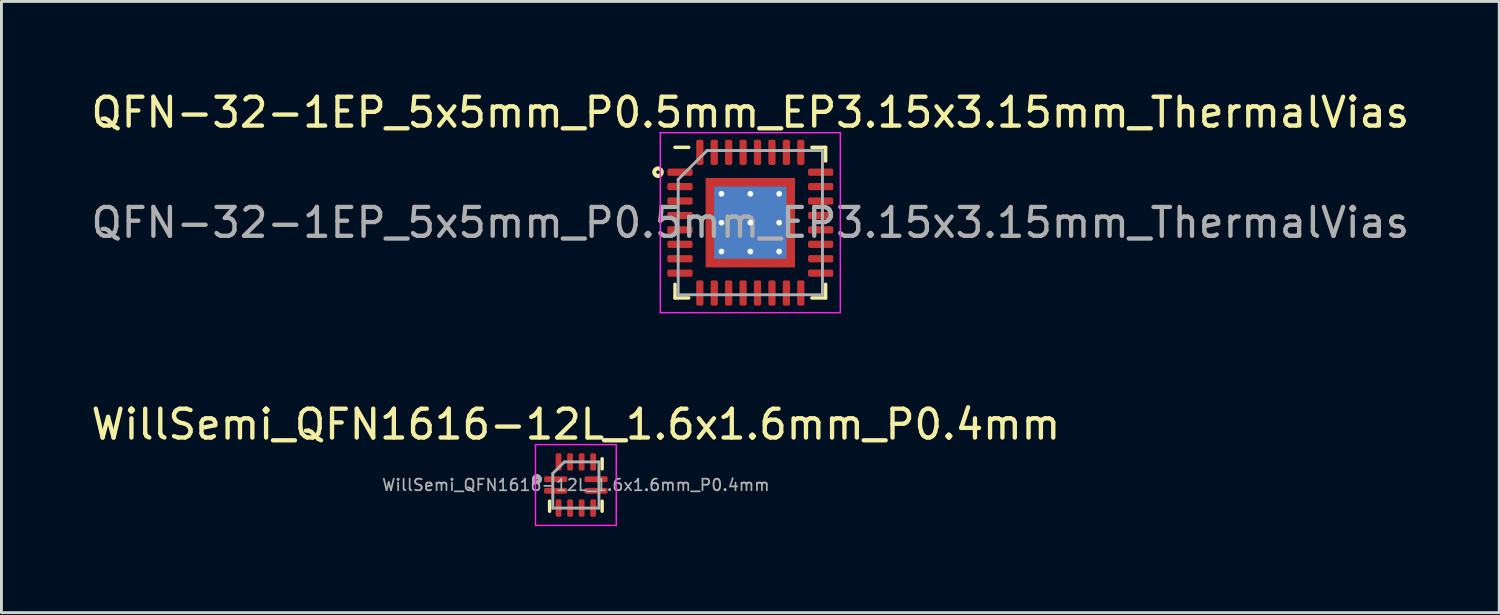
<source format=kicad_pcb>
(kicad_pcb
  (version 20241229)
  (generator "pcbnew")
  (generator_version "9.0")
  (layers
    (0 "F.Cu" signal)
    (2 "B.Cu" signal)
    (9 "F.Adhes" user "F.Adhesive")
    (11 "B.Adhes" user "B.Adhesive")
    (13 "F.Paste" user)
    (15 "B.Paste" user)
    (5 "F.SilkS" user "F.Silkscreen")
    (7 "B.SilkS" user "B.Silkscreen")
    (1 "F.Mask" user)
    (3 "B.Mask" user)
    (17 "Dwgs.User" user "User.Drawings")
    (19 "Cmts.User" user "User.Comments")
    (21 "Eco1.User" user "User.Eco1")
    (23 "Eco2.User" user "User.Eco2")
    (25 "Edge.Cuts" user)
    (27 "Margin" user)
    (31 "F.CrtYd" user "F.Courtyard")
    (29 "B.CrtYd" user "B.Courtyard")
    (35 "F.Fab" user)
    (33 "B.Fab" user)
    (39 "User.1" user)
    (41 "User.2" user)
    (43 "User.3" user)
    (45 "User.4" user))
  (footprint "QFN-32-1EP_5x5mm_P0.5mm_EP3.15x3.15mm_ThermalVias"
    (layer "F.Cu")
    (at 22.958 4.668)
    (property "Reference" "QFN-32-1EP_5x5mm_P0.5mm_EP3.15x3.15mm_ThermalVias" (at 0 -3.82 0) (layer "F.SilkS") (effects (font (size 1 1) (thickness 0.15))))
    (attr smd)
    (fp_line (start -2.61 2.61) (end -2.61 2.135) (stroke (width 0.12) (type solid)) (layer "F.SilkS"))
    (fp_line (start -2.135 -2.61) (end -2.61 -2.61) (stroke (width 0.12) (type solid)) (layer "F.SilkS"))
    (fp_line (start -2.135 2.61) (end -2.61 2.61) (stroke (width 0.12) (type solid)) (layer "F.SilkS"))
    (fp_line (start 2.135 -2.61) (end 2.61 -2.61) (stroke (width 0.12) (type solid)) (layer "F.SilkS"))
    (fp_line (start 2.135 2.61) (end 2.61 2.61) (stroke (width 0.12) (type solid)) (layer "F.SilkS"))
    (fp_line (start 2.61 -2.61) (end 2.61 -2.135) (stroke (width 0.12) (type solid)) (layer "F.SilkS"))
    (fp_line (start 2.61 2.61) (end 2.61 2.135) (stroke (width 0.12) (type solid)) (layer "F.SilkS"))
    (fp_circle (center -3.2 -1.75) (end -3.14 -1.75) (stroke (width 0.14) (type solid)) (fill no) (layer "F.SilkS"))
    (fp_line (start -3.12 -3.12) (end -3.12 3.12) (stroke (width 0.05) (type solid)) (layer "F.CrtYd"))
    (fp_line (start -3.12 3.12) (end 3.12 3.12) (stroke (width 0.05) (type solid)) (layer "F.CrtYd"))
    (fp_line (start 3.12 -3.12) (end -3.12 -3.12) (stroke (width 0.05) (type solid)) (layer "F.CrtYd"))
    (fp_line (start 3.12 3.12) (end 3.12 -3.12) (stroke (width 0.05) (type solid)) (layer "F.CrtYd"))
    (fp_line (start -2.5 -1.5) (end -1.5 -2.5) (stroke (width 0.1) (type solid)) (layer "F.Fab"))
    (fp_line (start -2.5 2.5) (end -2.5 -1.5) (stroke (width 0.1) (type solid)) (layer "F.Fab"))
    (fp_line (start -1.5 -2.5) (end 2.5 -2.5) (stroke (width 0.1) (type solid)) (layer "F.Fab"))
    (fp_line (start 2.5 -2.5) (end 2.5 2.5) (stroke (width 0.1) (type solid)) (layer "F.Fab"))
    (fp_line (start 2.5 2.5) (end -2.5 2.5) (stroke (width 0.1) (type solid)) (layer "F.Fab"))
    (fp_text user "${REFERENCE}" (at 0 0 0) (layer "F.Fab") (effects (font (size 1 1) (thickness 0.15))))
    (pad "" smd custom (at -1.275 -1.275) (size 0.319 0.319) (layers "F.Paste") (options (anchor circle)) (primitives (gr_poly (pts (xy -0.111 -0.111) (xy 0.111 -0.111) (xy 0.111 -0.000473) (xy -0.000473 0.111) (xy -0.111 0.111)) (width 0.222) (fill yes))))
    (pad "" smd custom (at -1.275 -0.5) (size 0.35 0.35) (layers "F.Paste") (options (anchor circle)) (primitives (gr_poly (pts (xy -0.128 -0.309) (xy 0.05 -0.309) (xy 0.128 -0.232) (xy 0.128 0.232) (xy 0.05 0.309) (xy -0.128 0.309)) (width 0.188) (fill yes))))
    (pad "" smd custom (at -1.275 0.5) (size 0.35 0.35) (layers "F.Paste") (options (anchor circle)) (primitives (gr_poly (pts (xy -0.128 -0.309) (xy 0.05 -0.309) (xy 0.128 -0.232) (xy 0.128 0.232) (xy 0.05 0.309) (xy -0.128 0.309)) (width 0.188) (fill yes))))
    (pad "" smd custom (at -1.275 1.275) (size 0.319 0.319) (layers "F.Paste") (options (anchor circle)) (primitives (gr_poly (pts (xy -0.111 -0.111) (xy -0.000473 -0.111) (xy 0.111 0.000473) (xy 0.111 0.111) (xy -0.111 0.111)) (width 0.222) (fill yes))))
    (pad "" smd custom (at -0.5 -1.275) (size 0.35 0.35) (layers "F.Paste") (options (anchor circle)) (primitives (gr_poly (pts (xy -0.309 -0.128) (xy 0.309 -0.128) (xy 0.309 0.05) (xy 0.232 0.128) (xy -0.232 0.128) (xy -0.309 0.05)) (width 0.188) (fill yes))))
    (pad "" smd roundrect (at -0.5 -0.5) (size 0.806 0.806) (layers "F.Paste") (roundrect_rratio 0.25))
    (pad "" smd roundrect (at -0.5 0.5) (size 0.806 0.806) (layers "F.Paste") (roundrect_rratio 0.25))
    (pad "" smd custom (at -0.5 1.275) (size 0.35 0.35) (layers "F.Paste") (options (anchor circle)) (primitives (gr_poly (pts (xy -0.309 -0.05) (xy -0.232 -0.128) (xy 0.232 -0.128) (xy 0.309 -0.05) (xy 0.309 0.128) (xy -0.309 0.128)) (width 0.188) (fill yes))))
    (pad "" smd custom (at 0.5 -1.275) (size 0.35 0.35) (layers "F.Paste") (options (anchor circle)) (primitives (gr_poly (pts (xy -0.309 -0.128) (xy 0.309 -0.128) (xy 0.309 0.05) (xy 0.232 0.128) (xy -0.232 0.128) (xy -0.309 0.05)) (width 0.188) (fill yes))))
    (pad "" smd roundrect (at 0.5 -0.5) (size 0.806 0.806) (layers "F.Paste") (roundrect_rratio 0.25))
    (pad "" smd roundrect (at 0.5 0.5) (size 0.806 0.806) (layers "F.Paste") (roundrect_rratio 0.25))
    (pad "" smd custom (at 0.5 1.275) (size 0.35 0.35) (layers "F.Paste") (options (anchor circle)) (primitives (gr_poly (pts (xy -0.309 -0.05) (xy -0.232 -0.128) (xy 0.232 -0.128) (xy 0.309 -0.05) (xy 0.309 0.128) (xy -0.309 0.128)) (width 0.188) (fill yes))))
    (pad "" smd custom (at 1.275 -1.275) (size 0.319 0.319) (layers "F.Paste") (options (anchor circle)) (primitives (gr_poly (pts (xy -0.111 -0.111) (xy 0.111 -0.111) (xy 0.111 0.111) (xy 0.000473 0.111) (xy -0.111 -0.000473)) (width 0.222) (fill yes))))
    (pad "" smd custom (at 1.275 -0.5) (size 0.35 0.35) (layers "F.Paste") (options (anchor circle)) (primitives (gr_poly (pts (xy -0.128 -0.232) (xy -0.05 -0.309) (xy 0.128 -0.309) (xy 0.128 0.309) (xy -0.05 0.309) (xy -0.128 0.232)) (width 0.188) (fill yes))))
    (pad "" smd custom (at 1.275 0.5) (size 0.35 0.35) (layers "F.Paste") (options (anchor circle)) (primitives (gr_poly (pts (xy -0.128 -0.232) (xy -0.05 -0.309) (xy 0.128 -0.309) (xy 0.128 0.309) (xy -0.05 0.309) (xy -0.128 0.232)) (width 0.188) (fill yes))))
    (pad "" smd custom (at 1.275 1.275) (size 0.319 0.319) (layers "F.Paste") (options (anchor circle)) (primitives (gr_poly (pts (xy -0.111 0.000473) (xy 0.000473 -0.111) (xy 0.111 -0.111) (xy 0.111 0.111) (xy -0.111 0.111)) (width 0.222) (fill yes))))
    (pad "1" smd roundrect (at -2.438 -1.75) (size 0.875 0.25) (layers "F.Cu" "F.Mask" "F.Paste") (roundrect_rratio 0.25))
    (pad "2" smd roundrect (at -2.438 -1.25) (size 0.875 0.25) (layers "F.Cu" "F.Mask" "F.Paste") (roundrect_rratio 0.25))
    (pad "3" smd roundrect (at -2.438 -0.75) (size 0.875 0.25) (layers "F.Cu" "F.Mask" "F.Paste") (roundrect_rratio 0.25))
    (pad "4" smd roundrect (at -2.438 -0.25) (size 0.875 0.25) (layers "F.Cu" "F.Mask" "F.Paste") (roundrect_rratio 0.25))
    (pad "5" smd roundrect (at -2.438 0.25) (size 0.875 0.25) (layers "F.Cu" "F.Mask" "F.Paste") (roundrect_rratio 0.25))
    (pad "6" smd roundrect (at -2.438 0.75) (size 0.875 0.25) (layers "F.Cu" "F.Mask" "F.Paste") (roundrect_rratio 0.25))
    (pad "7" smd roundrect (at -2.438 1.25) (size 0.875 0.25) (layers "F.Cu" "F.Mask" "F.Paste") (roundrect_rratio 0.25))
    (pad "8" smd roundrect (at -2.438 1.75) (size 0.875 0.25) (layers "F.Cu" "F.Mask" "F.Paste") (roundrect_rratio 0.25))
    (pad "9" smd roundrect (at -1.75 2.438) (size 0.25 0.875) (layers "F.Cu" "F.Mask" "F.Paste") (roundrect_rratio 0.25))
    (pad "10" smd roundrect (at -1.25 2.438) (size 0.25 0.875) (layers "F.Cu" "F.Mask" "F.Paste") (roundrect_rratio 0.25))
    (pad "11" smd roundrect (at -0.75 2.438) (size 0.25 0.875) (layers "F.Cu" "F.Mask" "F.Paste") (roundrect_rratio 0.25))
    (pad "12" smd roundrect (at -0.25 2.438) (size 0.25 0.875) (layers "F.Cu" "F.Mask" "F.Paste") (roundrect_rratio 0.25))
    (pad "13" smd roundrect (at 0.25 2.438) (size 0.25 0.875) (layers "F.Cu" "F.Mask" "F.Paste") (roundrect_rratio 0.25))
    (pad "14" smd roundrect (at 0.75 2.438) (size 0.25 0.875) (layers "F.Cu" "F.Mask" "F.Paste") (roundrect_rratio 0.25))
    (pad "15" smd roundrect (at 1.25 2.438) (size 0.25 0.875) (layers "F.Cu" "F.Mask" "F.Paste") (roundrect_rratio 0.25))
    (pad "16" smd roundrect (at 1.75 2.438) (size 0.25 0.875) (layers "F.Cu" "F.Mask" "F.Paste") (roundrect_rratio 0.25))
    (pad "17" smd roundrect (at 2.438 1.75) (size 0.875 0.25) (layers "F.Cu" "F.Mask" "F.Paste") (roundrect_rratio 0.25))
    (pad "18" smd roundrect (at 2.438 1.25) (size 0.875 0.25) (layers "F.Cu" "F.Mask" "F.Paste") (roundrect_rratio 0.25))
    (pad "19" smd roundrect (at 2.438 0.75) (size 0.875 0.25) (layers "F.Cu" "F.Mask" "F.Paste") (roundrect_rratio 0.25))
    (pad "20" smd roundrect (at 2.438 0.25) (size 0.875 0.25) (layers "F.Cu" "F.Mask" "F.Paste") (roundrect_rratio 0.25))
    (pad "21" smd roundrect (at 2.438 -0.25) (size 0.875 0.25) (layers "F.Cu" "F.Mask" "F.Paste") (roundrect_rratio 0.25))
    (pad "22" smd roundrect (at 2.438 -0.75) (size 0.875 0.25) (layers "F.Cu" "F.Mask" "F.Paste") (roundrect_rratio 0.25))
    (pad "23" smd roundrect (at 2.438 -1.25) (size 0.875 0.25) (layers "F.Cu" "F.Mask" "F.Paste") (roundrect_rratio 0.25))
    (pad "24" smd roundrect (at 2.438 -1.75) (size 0.875 0.25) (layers "F.Cu" "F.Mask" "F.Paste") (roundrect_rratio 0.25))
    (pad "25" smd roundrect (at 1.75 -2.438) (size 0.25 0.875) (layers "F.Cu" "F.Mask" "F.Paste") (roundrect_rratio 0.25))
    (pad "26" smd roundrect (at 1.25 -2.438) (size 0.25 0.875) (layers "F.Cu" "F.Mask" "F.Paste") (roundrect_rratio 0.25))
    (pad "27" smd roundrect (at 0.75 -2.438) (size 0.25 0.875) (layers "F.Cu" "F.Mask" "F.Paste") (roundrect_rratio 0.25))
    (pad "28" smd roundrect (at 0.25 -2.438) (size 0.25 0.875) (layers "F.Cu" "F.Mask" "F.Paste") (roundrect_rratio 0.25))
    (pad "29" smd roundrect (at -0.25 -2.438) (size 0.25 0.875) (layers "F.Cu" "F.Mask" "F.Paste") (roundrect_rratio 0.25))
    (pad "30" smd roundrect (at -0.75 -2.438) (size 0.25 0.875) (layers "F.Cu" "F.Mask" "F.Paste") (roundrect_rratio 0.25))
    (pad "31" smd roundrect (at -1.25 -2.438) (size 0.25 0.875) (layers "F.Cu" "F.Mask" "F.Paste") (roundrect_rratio 0.25))
    (pad "32" smd roundrect (at -1.75 -2.438) (size 0.25 0.875) (layers "F.Cu" "F.Mask" "F.Paste") (roundrect_rratio 0.25))
    (pad "33" thru_hole circle (at -1 -1) (size 0.5 0.5) (drill 0.2) (layers "*.Cu"))
    (pad "33" thru_hole circle (at -1 0) (size 0.5 0.5) (drill 0.2) (layers "*.Cu"))
    (pad "33" thru_hole circle (at -1 1) (size 0.5 0.5) (drill 0.2) (layers "*.Cu"))
    (pad "33" thru_hole circle (at 0 -1) (size 0.5 0.5) (drill 0.2) (layers "*.Cu"))
    (pad "33" thru_hole circle (at 0 0) (size 0.5 0.5) (drill 0.2) (layers "*.Cu"))
    (pad "33" smd rect (at 0 0) (size 2.5 2.5) (layers "B.Cu"))
    (pad "33" smd rect (at 0 0) (size 3.1 3.1) (layers "F.Cu" "F.Mask"))
    (pad "33" thru_hole circle (at 0 1) (size 0.5 0.5) (drill 0.2) (layers "*.Cu"))
    (pad "33" thru_hole circle (at 1 -1) (size 0.5 0.5) (drill 0.2) (layers "*.Cu"))
    (pad "33" thru_hole circle (at 1 0) (size 0.5 0.5) (drill 0.2) (layers "*.Cu"))
    (pad "33" thru_hole circle (at 1 1) (size 0.5 0.5) (drill 0.2) (layers "*.Cu")))
  (footprint "WillSemi_QFN1616-12L_1.6x1.6mm_P0.4mm"
    (layer "F.Cu")
    (at 16.911 13.761)
    (property "Reference" "WillSemi_QFN1616-12L_1.6x1.6mm_P0.4mm" (at 0 -2.1 0) (layer "F.SilkS") (effects (font (size 1 1) (thickness 0.15))))
    (attr smd)
    (fp_line (start -0.91 0.91) (end -0.91 0.56) (stroke (width 0.12) (type solid)) (layer "F.SilkS"))
    (fp_line (start 0.91 -0.91) (end 0.91 -0.56) (stroke (width 0.12) (type solid)) (layer "F.SilkS"))
    (fp_line (start 0.91 0.91) (end 0.91 0.56) (stroke (width 0.12) (type solid)) (layer "F.SilkS"))
    (fp_circle (center -1.35 -0.2) (end -1.3 -0.2) (stroke (width 0.12) (type default)) (fill no) (layer "F.SilkS"))
    (fp_line (start -1.4 -1.4) (end -1.4 1.4) (stroke (width 0.05) (type solid)) (layer "F.CrtYd"))
    (fp_line (start -1.4 1.4) (end 1.4 1.4) (stroke (width 0.05) (type solid)) (layer "F.CrtYd"))
    (fp_line (start 1.4 -1.4) (end -1.4 -1.4) (stroke (width 0.05) (type solid)) (layer "F.CrtYd"))
    (fp_line (start 1.4 1.4) (end 1.4 -1.4) (stroke (width 0.05) (type solid)) (layer "F.CrtYd"))
    (fp_line (start -0.8 -0.4) (end -0.4 -0.8) (stroke (width 0.1) (type solid)) (layer "F.Fab"))
    (fp_line (start -0.8 0.8) (end -0.8 -0.4) (stroke (width 0.1) (type solid)) (layer "F.Fab"))
    (fp_line (start -0.4 -0.8) (end 0.8 -0.8) (stroke (width 0.1) (type solid)) (layer "F.Fab"))
    (fp_line (start 0.8 -0.8) (end 0.8 0.8) (stroke (width 0.1) (type solid)) (layer "F.Fab"))
    (fp_line (start 0.8 0.8) (end -0.8 0.8) (stroke (width 0.1) (type solid)) (layer "F.Fab"))
    (fp_circle (center -1.35 -0.2) (end -1.3 -0.2) (stroke (width 0.12) (type default)) (fill no) (layer "F.Fab"))
    (fp_text user "${REFERENCE}" (at 0 0 0) (layer "F.Fab") (effects (font (size 0.4 0.4) (thickness 0.06))))
    (pad "1" smd roundrect (at -0.7 -0.2) (size 0.8 0.2) (layers "F.Cu" "F.Mask" "F.Paste") (roundrect_rratio 0.25))
    (pad "2" smd roundrect (at -0.7 0.2) (size 0.8 0.2) (layers "F.Cu" "F.Mask" "F.Paste") (roundrect_rratio 0.25))
    (pad "3" smd roundrect (at -0.6 0.8) (size 0.2 0.6) (layers "F.Cu" "F.Mask" "F.Paste") (roundrect_rratio 0.25))
    (pad "4" smd roundrect (at -0.2 0.8) (size 0.2 0.6) (layers "F.Cu" "F.Mask" "F.Paste") (roundrect_rratio 0.25))
    (pad "5" smd roundrect (at 0.2 0.8) (size 0.2 0.6) (layers "F.Cu" "F.Mask" "F.Paste") (roundrect_rratio 0.25))
    (pad "6" smd roundrect (at 0.6 0.8) (size 0.2 0.6) (layers "F.Cu" "F.Mask" "F.Paste") (roundrect_rratio 0.25))
    (pad "7" smd roundrect (at 0.7 0.2) (size 0.8 0.2) (layers "F.Cu" "F.Mask" "F.Paste") (roundrect_rratio 0.25))
    (pad "8" smd roundrect (at 0.7 -0.2) (size 0.8 0.2) (layers "F.Cu" "F.Mask" "F.Paste") (roundrect_rratio 0.25))
    (pad "9" smd roundrect (at 0.6 -0.8) (size 0.2 0.6) (layers "F.Cu" "F.Mask" "F.Paste") (roundrect_rratio 0.25))
    (pad "10" smd roundrect (at 0.2 -0.8) (size 0.2 0.6) (layers "F.Cu" "F.Mask" "F.Paste") (roundrect_rratio 0.25))
    (pad "11" smd roundrect (at -0.2 -0.8) (size 0.2 0.6) (layers "F.Cu" "F.Mask" "F.Paste") (roundrect_rratio 0.25))
    (pad "12" smd roundrect (at -0.6 -0.8) (size 0.2 0.6) (layers "F.Cu" "F.Mask" "F.Paste") (roundrect_rratio 0.25)))
  (gr_rect
    (start -3 -3)
    (end 48.917 18.186)
    (stroke (width 0.1) (type default))
    (fill no)
    (layer "Edge.Cuts")))
</source>
